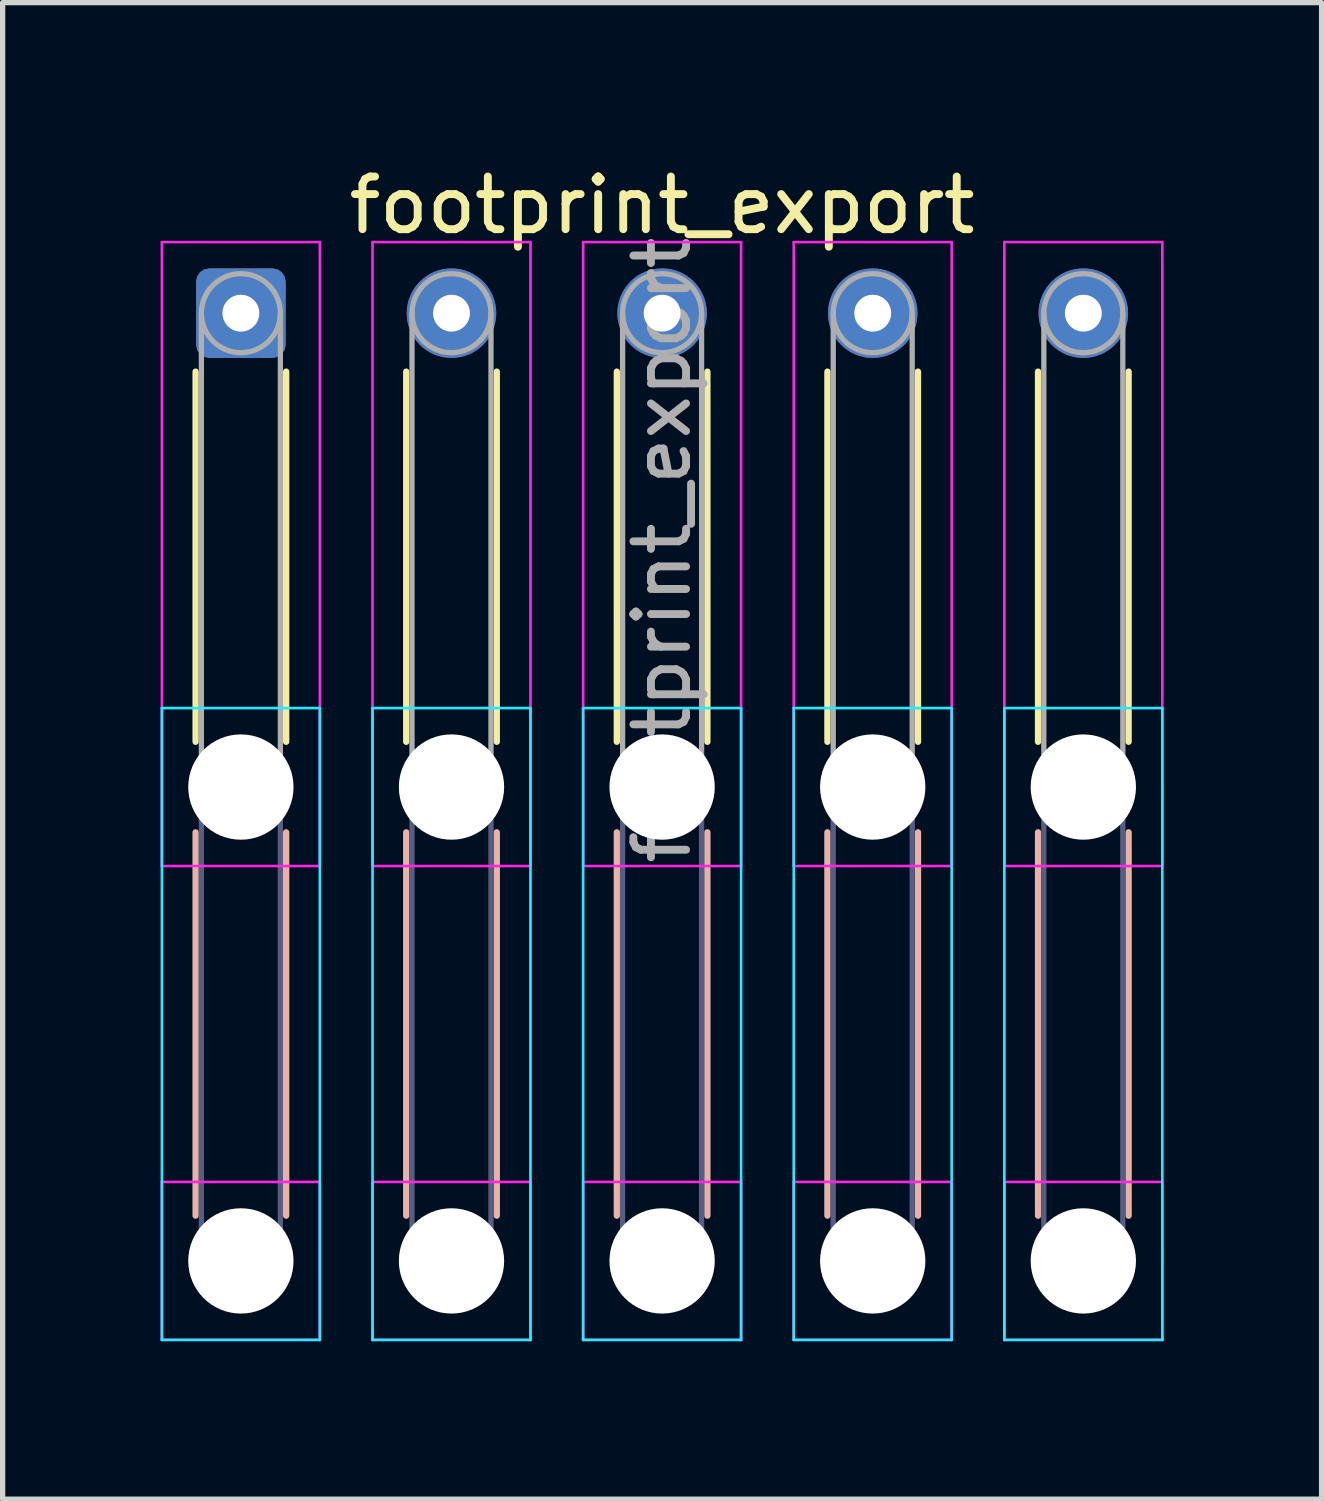
<source format=kicad_pcb>
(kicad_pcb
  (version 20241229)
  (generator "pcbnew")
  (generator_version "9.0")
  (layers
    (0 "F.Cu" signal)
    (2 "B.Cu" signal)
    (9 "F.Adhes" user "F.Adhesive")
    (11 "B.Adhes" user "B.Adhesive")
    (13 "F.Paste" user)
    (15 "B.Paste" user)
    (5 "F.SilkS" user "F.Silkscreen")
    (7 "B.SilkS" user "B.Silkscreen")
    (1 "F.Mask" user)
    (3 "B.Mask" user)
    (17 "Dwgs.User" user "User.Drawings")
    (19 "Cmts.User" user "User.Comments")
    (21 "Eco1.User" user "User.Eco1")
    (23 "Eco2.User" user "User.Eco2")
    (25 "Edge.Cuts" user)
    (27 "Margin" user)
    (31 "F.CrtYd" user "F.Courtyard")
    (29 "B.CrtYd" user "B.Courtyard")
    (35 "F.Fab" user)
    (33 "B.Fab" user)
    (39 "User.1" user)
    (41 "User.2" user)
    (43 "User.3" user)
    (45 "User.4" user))
  (footprint "footprint_export"
    (layer "F.Cu")
    (at 1.525 2.898)
    (property "Reference" "footprint_export" (at 8 -2.05 0) (layer "F.SilkS") (effects (font (size 1 1) (thickness 0.15))))
    (attr exclude_from_pos_files exclude_from_bom)
    (fp_line (start -0.86 1.11) (end -0.86 8.14) (stroke (width 0.12) (type solid)) (layer "F.SilkS"))
    (fp_line (start 0.86 1.11) (end 0.86 8.14) (stroke (width 0.12) (type solid)) (layer "F.SilkS"))
    (fp_line (start 3.14 1.11) (end 3.14 8.14) (stroke (width 0.12) (type solid)) (layer "F.SilkS"))
    (fp_line (start 4.86 1.11) (end 4.86 8.14) (stroke (width 0.12) (type solid)) (layer "F.SilkS"))
    (fp_line (start 7.14 1.11) (end 7.14 8.14) (stroke (width 0.12) (type solid)) (layer "F.SilkS"))
    (fp_line (start 8.86 1.11) (end 8.86 8.14) (stroke (width 0.12) (type solid)) (layer "F.SilkS"))
    (fp_line (start 11.14 1.11) (end 11.14 8.14) (stroke (width 0.12) (type solid)) (layer "F.SilkS"))
    (fp_line (start 12.86 1.11) (end 12.86 8.14) (stroke (width 0.12) (type solid)) (layer "F.SilkS"))
    (fp_line (start 15.14 1.11) (end 15.14 8.14) (stroke (width 0.12) (type solid)) (layer "F.SilkS"))
    (fp_line (start 16.86 1.11) (end 16.86 8.14) (stroke (width 0.12) (type solid)) (layer "F.SilkS"))
    (fp_line (start -0.86 9.86) (end -0.86 17.14) (stroke (width 0.12) (type solid)) (layer "B.SilkS"))
    (fp_line (start 0.86 9.86) (end 0.86 17.14) (stroke (width 0.12) (type solid)) (layer "B.SilkS"))
    (fp_line (start 3.14 9.86) (end 3.14 17.14) (stroke (width 0.12) (type solid)) (layer "B.SilkS"))
    (fp_line (start 4.86 9.86) (end 4.86 17.14) (stroke (width 0.12) (type solid)) (layer "B.SilkS"))
    (fp_line (start 7.14 9.86) (end 7.14 17.14) (stroke (width 0.12) (type solid)) (layer "B.SilkS"))
    (fp_line (start 8.86 9.86) (end 8.86 17.14) (stroke (width 0.12) (type solid)) (layer "B.SilkS"))
    (fp_line (start 11.14 9.86) (end 11.14 17.14) (stroke (width 0.12) (type solid)) (layer "B.SilkS"))
    (fp_line (start 12.86 9.86) (end 12.86 17.14) (stroke (width 0.12) (type solid)) (layer "B.SilkS"))
    (fp_line (start 15.14 9.86) (end 15.14 17.14) (stroke (width 0.12) (type solid)) (layer "B.SilkS"))
    (fp_line (start 16.86 9.86) (end 16.86 17.14) (stroke (width 0.12) (type solid)) (layer "B.SilkS"))
    (fp_line (start -1.5 7.5) (end -1.5 19.5) (stroke (width 0.05) (type solid)) (layer "B.CrtYd"))
    (fp_line (start -1.5 19.5) (end 1.5 19.5) (stroke (width 0.05) (type solid)) (layer "B.CrtYd"))
    (fp_line (start 1.5 7.5) (end -1.5 7.5) (stroke (width 0.05) (type solid)) (layer "B.CrtYd"))
    (fp_line (start 1.5 19.5) (end 1.5 7.5) (stroke (width 0.05) (type solid)) (layer "B.CrtYd"))
    (fp_line (start 2.5 7.5) (end 2.5 19.5) (stroke (width 0.05) (type solid)) (layer "B.CrtYd"))
    (fp_line (start 2.5 19.5) (end 5.5 19.5) (stroke (width 0.05) (type solid)) (layer "B.CrtYd"))
    (fp_line (start 5.5 7.5) (end 2.5 7.5) (stroke (width 0.05) (type solid)) (layer "B.CrtYd"))
    (fp_line (start 5.5 19.5) (end 5.5 7.5) (stroke (width 0.05) (type solid)) (layer "B.CrtYd"))
    (fp_line (start 6.5 7.5) (end 6.5 19.5) (stroke (width 0.05) (type solid)) (layer "B.CrtYd"))
    (fp_line (start 6.5 19.5) (end 9.5 19.5) (stroke (width 0.05) (type solid)) (layer "B.CrtYd"))
    (fp_line (start 9.5 7.5) (end 6.5 7.5) (stroke (width 0.05) (type solid)) (layer "B.CrtYd"))
    (fp_line (start 9.5 19.5) (end 9.5 7.5) (stroke (width 0.05) (type solid)) (layer "B.CrtYd"))
    (fp_line (start 10.5 7.5) (end 10.5 19.5) (stroke (width 0.05) (type solid)) (layer "B.CrtYd"))
    (fp_line (start 10.5 19.5) (end 13.5 19.5) (stroke (width 0.05) (type solid)) (layer "B.CrtYd"))
    (fp_line (start 13.5 7.5) (end 10.5 7.5) (stroke (width 0.05) (type solid)) (layer "B.CrtYd"))
    (fp_line (start 13.5 19.5) (end 13.5 7.5) (stroke (width 0.05) (type solid)) (layer "B.CrtYd"))
    (fp_line (start 14.5 7.5) (end 14.5 19.5) (stroke (width 0.05) (type solid)) (layer "B.CrtYd"))
    (fp_line (start 14.5 19.5) (end 17.5 19.5) (stroke (width 0.05) (type solid)) (layer "B.CrtYd"))
    (fp_line (start 17.5 7.5) (end 14.5 7.5) (stroke (width 0.05) (type solid)) (layer "B.CrtYd"))
    (fp_line (start 17.5 19.5) (end 17.5 7.5) (stroke (width 0.05) (type solid)) (layer "B.CrtYd"))
    (fp_line (start -1.5 -1.35) (end -1.5 10.5) (stroke (width 0.05) (type solid)) (layer "F.CrtYd"))
    (fp_line (start -1.5 10.5) (end 1.5 10.5) (stroke (width 0.05) (type solid)) (layer "F.CrtYd"))
    (fp_line (start -1.5 16.5) (end -1.5 19.5) (stroke (width 0.05) (type solid)) (layer "F.CrtYd"))
    (fp_line (start -1.5 19.5) (end 1.5 19.5) (stroke (width 0.05) (type solid)) (layer "F.CrtYd"))
    (fp_line (start 1.5 -1.35) (end -1.5 -1.35) (stroke (width 0.05) (type solid)) (layer "F.CrtYd"))
    (fp_line (start 1.5 10.5) (end 1.5 -1.35) (stroke (width 0.05) (type solid)) (layer "F.CrtYd"))
    (fp_line (start 1.5 16.5) (end -1.5 16.5) (stroke (width 0.05) (type solid)) (layer "F.CrtYd"))
    (fp_line (start 1.5 19.5) (end 1.5 16.5) (stroke (width 0.05) (type solid)) (layer "F.CrtYd"))
    (fp_line (start 2.5 -1.35) (end 2.5 10.5) (stroke (width 0.05) (type solid)) (layer "F.CrtYd"))
    (fp_line (start 2.5 10.5) (end 5.5 10.5) (stroke (width 0.05) (type solid)) (layer "F.CrtYd"))
    (fp_line (start 2.5 16.5) (end 2.5 19.5) (stroke (width 0.05) (type solid)) (layer "F.CrtYd"))
    (fp_line (start 2.5 19.5) (end 5.5 19.5) (stroke (width 0.05) (type solid)) (layer "F.CrtYd"))
    (fp_line (start 5.5 -1.35) (end 2.5 -1.35) (stroke (width 0.05) (type solid)) (layer "F.CrtYd"))
    (fp_line (start 5.5 10.5) (end 5.5 -1.35) (stroke (width 0.05) (type solid)) (layer "F.CrtYd"))
    (fp_line (start 5.5 16.5) (end 2.5 16.5) (stroke (width 0.05) (type solid)) (layer "F.CrtYd"))
    (fp_line (start 5.5 19.5) (end 5.5 16.5) (stroke (width 0.05) (type solid)) (layer "F.CrtYd"))
    (fp_line (start 6.5 -1.35) (end 6.5 10.5) (stroke (width 0.05) (type solid)) (layer "F.CrtYd"))
    (fp_line (start 6.5 10.5) (end 9.5 10.5) (stroke (width 0.05) (type solid)) (layer "F.CrtYd"))
    (fp_line (start 6.5 16.5) (end 6.5 19.5) (stroke (width 0.05) (type solid)) (layer "F.CrtYd"))
    (fp_line (start 6.5 19.5) (end 9.5 19.5) (stroke (width 0.05) (type solid)) (layer "F.CrtYd"))
    (fp_line (start 9.5 -1.35) (end 6.5 -1.35) (stroke (width 0.05) (type solid)) (layer "F.CrtYd"))
    (fp_line (start 9.5 10.5) (end 9.5 -1.35) (stroke (width 0.05) (type solid)) (layer "F.CrtYd"))
    (fp_line (start 9.5 16.5) (end 6.5 16.5) (stroke (width 0.05) (type solid)) (layer "F.CrtYd"))
    (fp_line (start 9.5 19.5) (end 9.5 16.5) (stroke (width 0.05) (type solid)) (layer "F.CrtYd"))
    (fp_line (start 10.5 -1.35) (end 10.5 10.5) (stroke (width 0.05) (type solid)) (layer "F.CrtYd"))
    (fp_line (start 10.5 10.5) (end 13.5 10.5) (stroke (width 0.05) (type solid)) (layer "F.CrtYd"))
    (fp_line (start 10.5 16.5) (end 10.5 19.5) (stroke (width 0.05) (type solid)) (layer "F.CrtYd"))
    (fp_line (start 10.5 19.5) (end 13.5 19.5) (stroke (width 0.05) (type solid)) (layer "F.CrtYd"))
    (fp_line (start 13.5 -1.35) (end 10.5 -1.35) (stroke (width 0.05) (type solid)) (layer "F.CrtYd"))
    (fp_line (start 13.5 10.5) (end 13.5 -1.35) (stroke (width 0.05) (type solid)) (layer "F.CrtYd"))
    (fp_line (start 13.5 16.5) (end 10.5 16.5) (stroke (width 0.05) (type solid)) (layer "F.CrtYd"))
    (fp_line (start 13.5 19.5) (end 13.5 16.5) (stroke (width 0.05) (type solid)) (layer "F.CrtYd"))
    (fp_line (start 14.5 -1.35) (end 14.5 10.5) (stroke (width 0.05) (type solid)) (layer "F.CrtYd"))
    (fp_line (start 14.5 10.5) (end 17.5 10.5) (stroke (width 0.05) (type solid)) (layer "F.CrtYd"))
    (fp_line (start 14.5 16.5) (end 14.5 19.5) (stroke (width 0.05) (type solid)) (layer "F.CrtYd"))
    (fp_line (start 14.5 19.5) (end 17.5 19.5) (stroke (width 0.05) (type solid)) (layer "F.CrtYd"))
    (fp_line (start 17.5 -1.35) (end 14.5 -1.35) (stroke (width 0.05) (type solid)) (layer "F.CrtYd"))
    (fp_line (start 17.5 10.5) (end 17.5 -1.35) (stroke (width 0.05) (type solid)) (layer "F.CrtYd"))
    (fp_line (start 17.5 16.5) (end 14.5 16.5) (stroke (width 0.05) (type solid)) (layer "F.CrtYd"))
    (fp_line (start 17.5 19.5) (end 17.5 16.5) (stroke (width 0.05) (type solid)) (layer "F.CrtYd"))
    (fp_line (start -0.75 9) (end -0.75 18) (stroke (width 0.1) (type solid)) (layer "B.Fab"))
    (fp_line (start 0.75 9) (end 0.75 18) (stroke (width 0.1) (type solid)) (layer "B.Fab"))
    (fp_line (start 3.25 9) (end 3.25 18) (stroke (width 0.1) (type solid)) (layer "B.Fab"))
    (fp_line (start 4.75 9) (end 4.75 18) (stroke (width 0.1) (type solid)) (layer "B.Fab"))
    (fp_line (start 7.25 9) (end 7.25 18) (stroke (width 0.1) (type solid)) (layer "B.Fab"))
    (fp_line (start 8.75 9) (end 8.75 18) (stroke (width 0.1) (type solid)) (layer "B.Fab"))
    (fp_line (start 11.25 9) (end 11.25 18) (stroke (width 0.1) (type solid)) (layer "B.Fab"))
    (fp_line (start 12.75 9) (end 12.75 18) (stroke (width 0.1) (type solid)) (layer "B.Fab"))
    (fp_line (start 15.25 9) (end 15.25 18) (stroke (width 0.1) (type solid)) (layer "B.Fab"))
    (fp_line (start 16.75 9) (end 16.75 18) (stroke (width 0.1) (type solid)) (layer "B.Fab"))
    (fp_circle (center 0 9) (end 0.75 9) (stroke (width 0.1) (type solid)) (fill no) (layer "B.Fab"))
    (fp_circle (center 0 18) (end 0.75 18) (stroke (width 0.1) (type solid)) (fill no) (layer "B.Fab"))
    (fp_circle (center 4 9) (end 4.75 9) (stroke (width 0.1) (type solid)) (fill no) (layer "B.Fab"))
    (fp_circle (center 4 18) (end 4.75 18) (stroke (width 0.1) (type solid)) (fill no) (layer "B.Fab"))
    (fp_circle (center 8 9) (end 8.75 9) (stroke (width 0.1) (type solid)) (fill no) (layer "B.Fab"))
    (fp_circle (center 8 18) (end 8.75 18) (stroke (width 0.1) (type solid)) (fill no) (layer "B.Fab"))
    (fp_circle (center 12 9) (end 12.75 9) (stroke (width 0.1) (type solid)) (fill no) (layer "B.Fab"))
    (fp_circle (center 12 18) (end 12.75 18) (stroke (width 0.1) (type solid)) (fill no) (layer "B.Fab"))
    (fp_circle (center 16 9) (end 16.75 9) (stroke (width 0.1) (type solid)) (fill no) (layer "B.Fab"))
    (fp_circle (center 16 18) (end 16.75 18) (stroke (width 0.1) (type solid)) (fill no) (layer "B.Fab"))
    (fp_line (start -0.75 0) (end -0.75 9) (stroke (width 0.1) (type solid)) (layer "F.Fab"))
    (fp_line (start 0.75 0) (end 0.75 9) (stroke (width 0.1) (type solid)) (layer "F.Fab"))
    (fp_line (start 3.25 0) (end 3.25 9) (stroke (width 0.1) (type solid)) (layer "F.Fab"))
    (fp_line (start 4.75 0) (end 4.75 9) (stroke (width 0.1) (type solid)) (layer "F.Fab"))
    (fp_line (start 7.25 0) (end 7.25 9) (stroke (width 0.1) (type solid)) (layer "F.Fab"))
    (fp_line (start 8.75 0) (end 8.75 9) (stroke (width 0.1) (type solid)) (layer "F.Fab"))
    (fp_line (start 11.25 0) (end 11.25 9) (stroke (width 0.1) (type solid)) (layer "F.Fab"))
    (fp_line (start 12.75 0) (end 12.75 9) (stroke (width 0.1) (type solid)) (layer "F.Fab"))
    (fp_line (start 15.25 0) (end 15.25 9) (stroke (width 0.1) (type solid)) (layer "F.Fab"))
    (fp_line (start 16.75 0) (end 16.75 9) (stroke (width 0.1) (type solid)) (layer "F.Fab"))
    (fp_circle (center 0 0) (end 0.75 0) (stroke (width 0.1) (type solid)) (fill no) (layer "F.Fab"))
    (fp_circle (center 0 9) (end 0.75 9) (stroke (width 0.1) (type solid)) (fill no) (layer "F.Fab"))
    (fp_circle (center 0 18) (end 0.75 18) (stroke (width 0.1) (type solid)) (fill no) (layer "F.Fab"))
    (fp_circle (center 4 0) (end 4.75 0) (stroke (width 0.1) (type solid)) (fill no) (layer "F.Fab"))
    (fp_circle (center 4 9) (end 4.75 9) (stroke (width 0.1) (type solid)) (fill no) (layer "F.Fab"))
    (fp_circle (center 4 18) (end 4.75 18) (stroke (width 0.1) (type solid)) (fill no) (layer "F.Fab"))
    (fp_circle (center 8 0) (end 8.75 0) (stroke (width 0.1) (type solid)) (fill no) (layer "F.Fab"))
    (fp_circle (center 8 9) (end 8.75 9) (stroke (width 0.1) (type solid)) (fill no) (layer "F.Fab"))
    (fp_circle (center 8 18) (end 8.75 18) (stroke (width 0.1) (type solid)) (fill no) (layer "F.Fab"))
    (fp_circle (center 12 0) (end 12.75 0) (stroke (width 0.1) (type solid)) (fill no) (layer "F.Fab"))
    (fp_circle (center 12 9) (end 12.75 9) (stroke (width 0.1) (type solid)) (fill no) (layer "F.Fab"))
    (fp_circle (center 12 18) (end 12.75 18) (stroke (width 0.1) (type solid)) (fill no) (layer "F.Fab"))
    (fp_circle (center 16 0) (end 16.75 0) (stroke (width 0.1) (type solid)) (fill no) (layer "F.Fab"))
    (fp_circle (center 16 9) (end 16.75 9) (stroke (width 0.1) (type solid)) (fill no) (layer "F.Fab"))
    (fp_circle (center 16 18) (end 16.75 18) (stroke (width 0.1) (type solid)) (fill no) (layer "F.Fab"))
    (fp_text user "${REFERENCE}" (at 8 4.5 90) (layer "F.Fab") (effects (font (size 1 1) (thickness 0.15))))
    (pad "" np_thru_hole circle (at 0 9) (size 2 2) (drill 2) (layers "*.Cu" "*.Mask"))
    (pad "" np_thru_hole circle (at 0 18) (size 2 2) (drill 2) (layers "*.Cu" "*.Mask"))
    (pad "" np_thru_hole circle (at 4 9) (size 2 2) (drill 2) (layers "*.Cu" "*.Mask"))
    (pad "" np_thru_hole circle (at 4 18) (size 2 2) (drill 2) (layers "*.Cu" "*.Mask"))
    (pad "" np_thru_hole circle (at 8 9) (size 2 2) (drill 2) (layers "*.Cu" "*.Mask"))
    (pad "" np_thru_hole circle (at 8 18) (size 2 2) (drill 2) (layers "*.Cu" "*.Mask"))
    (pad "" np_thru_hole circle (at 12 9) (size 2 2) (drill 2) (layers "*.Cu" "*.Mask"))
    (pad "" np_thru_hole circle (at 12 18) (size 2 2) (drill 2) (layers "*.Cu" "*.Mask"))
    (pad "" np_thru_hole circle (at 16 9) (size 2 2) (drill 2) (layers "*.Cu" "*.Mask"))
    (pad "" np_thru_hole circle (at 16 18) (size 2 2) (drill 2) (layers "*.Cu" "*.Mask"))
    (pad "1" thru_hole roundrect (at 0 0) (size 1.7 1.7) (drill 0.7) (layers "*.Cu" "*.Mask") (roundrect_rratio 0.147))
    (pad "2" thru_hole circle (at 4 0) (size 1.7 1.7) (drill 0.7) (layers "*.Cu" "*.Mask"))
    (pad "3" thru_hole circle (at 8 0) (size 1.7 1.7) (drill 0.7) (layers "*.Cu" "*.Mask"))
    (pad "4" thru_hole circle (at 12 0) (size 1.7 1.7) (drill 0.7) (layers "*.Cu" "*.Mask"))
    (pad "5" thru_hole circle (at 16 0) (size 1.7 1.7) (drill 0.7) (layers "*.Cu" "*.Mask")))
  (gr_rect
    (start -3 -3)
    (end 22.05 25.423)
    (stroke (width 0.1) (type default))
    (fill no)
    (layer "Edge.Cuts")))
</source>
